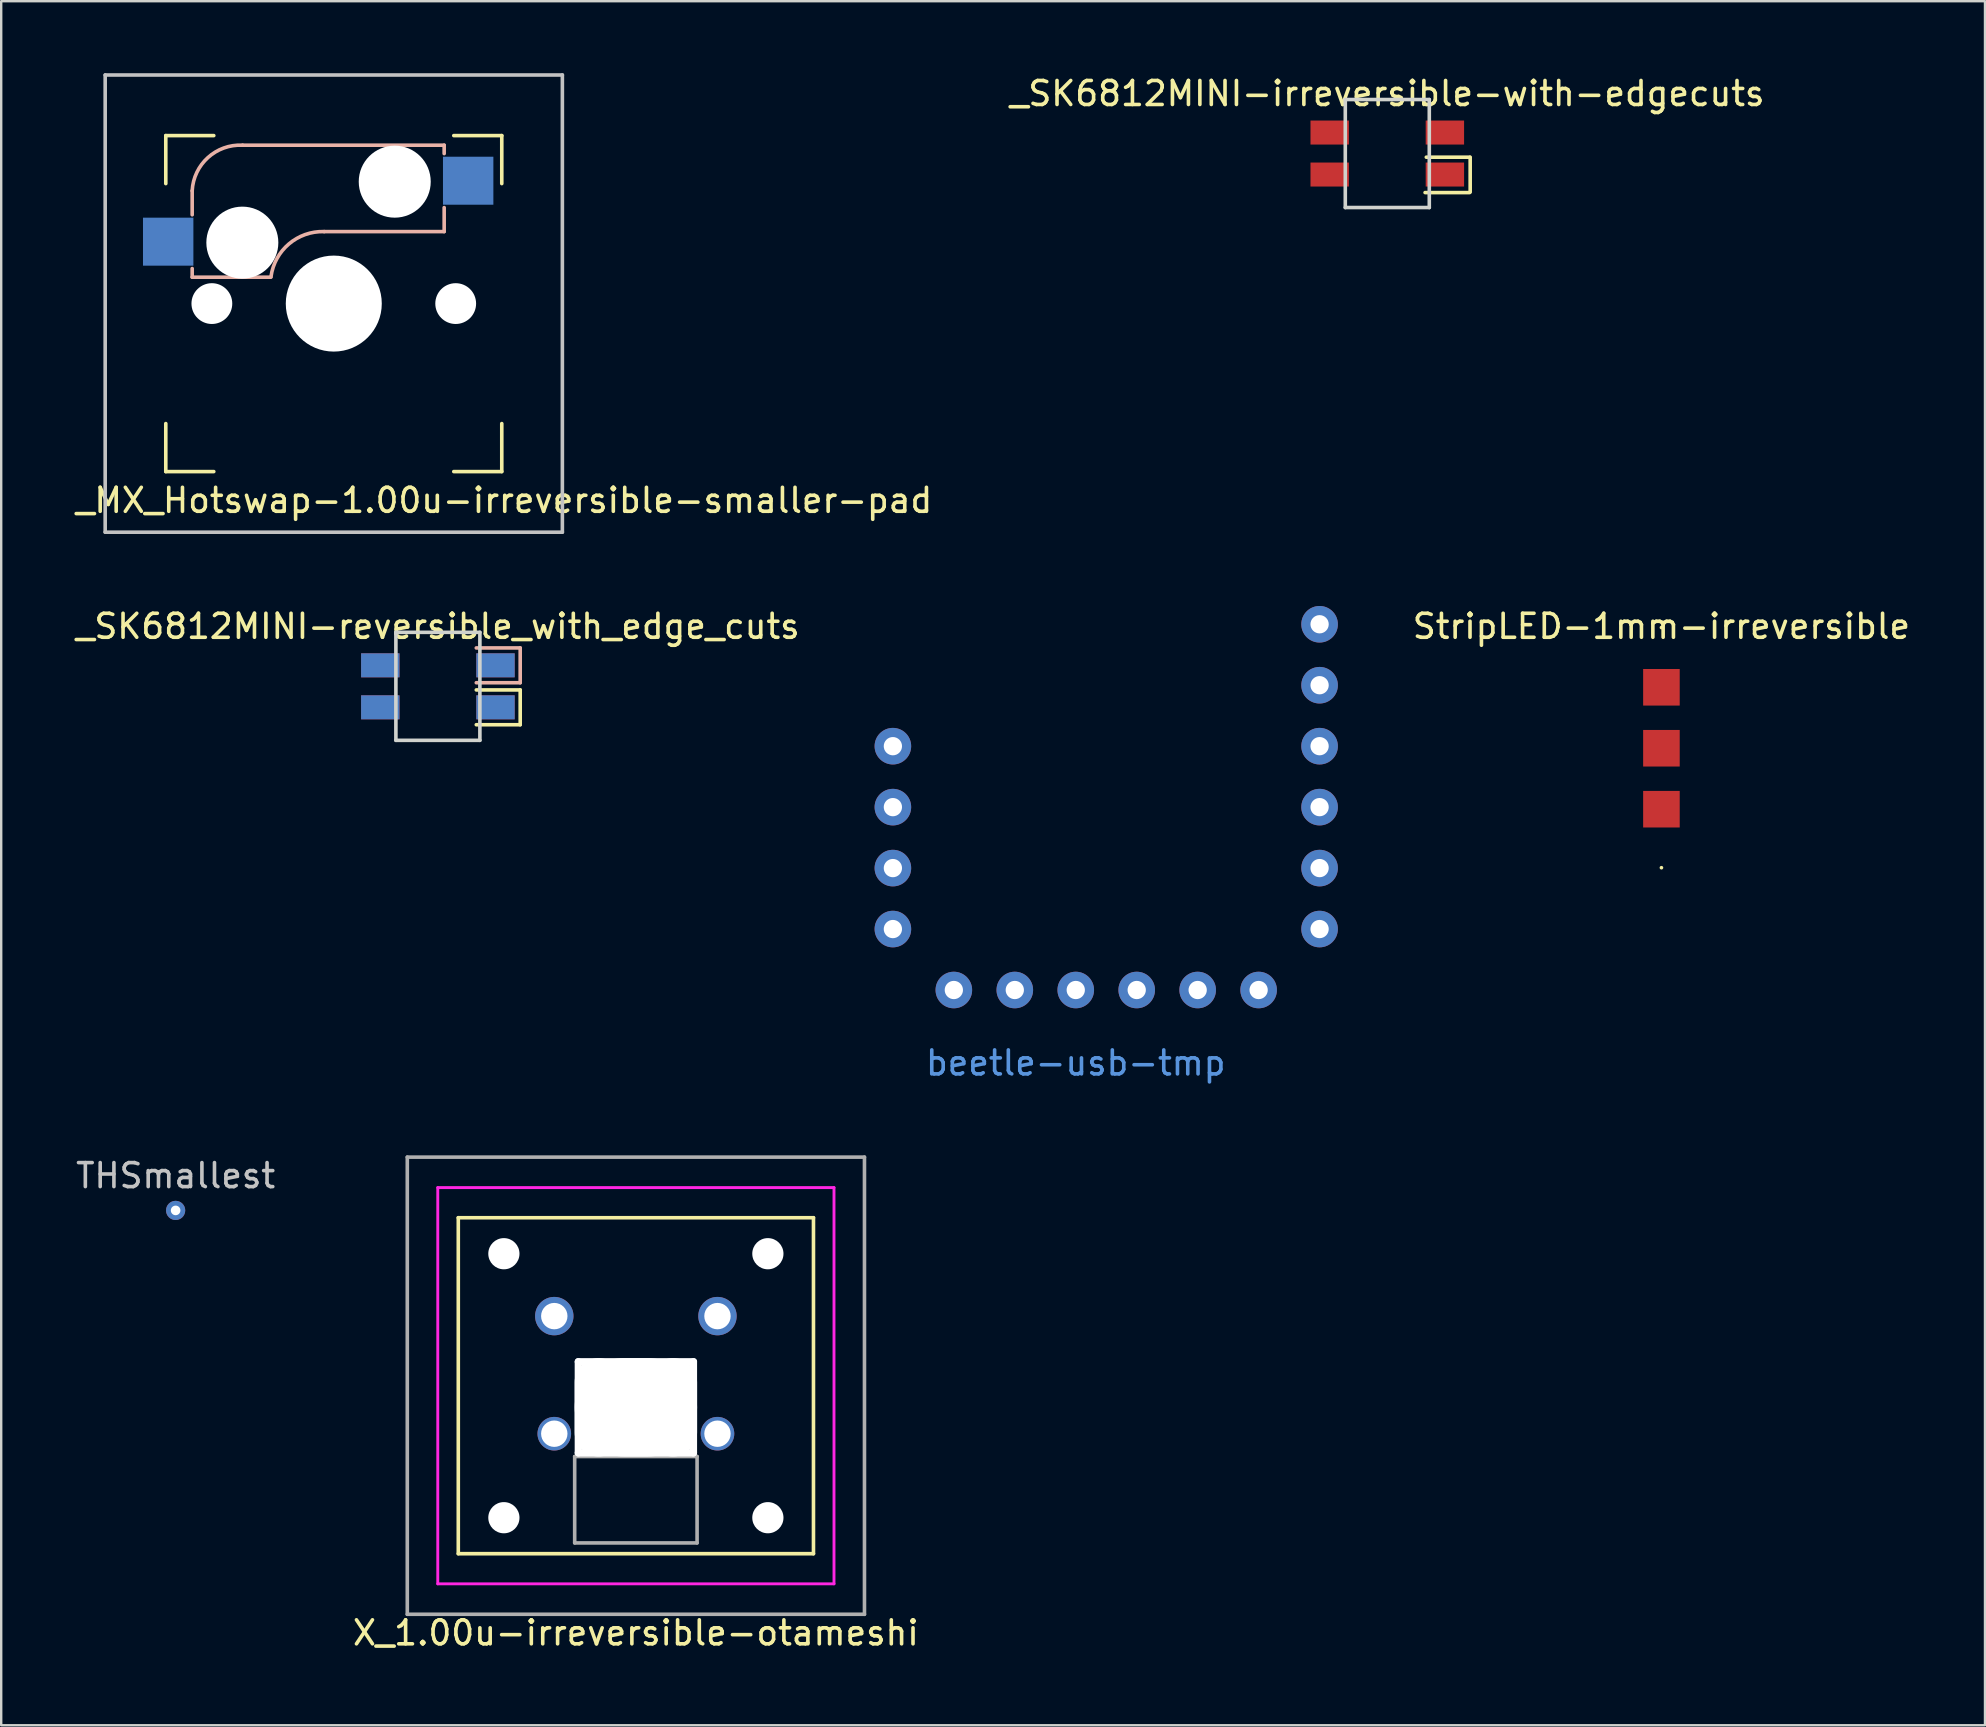
<source format=kicad_pcb>
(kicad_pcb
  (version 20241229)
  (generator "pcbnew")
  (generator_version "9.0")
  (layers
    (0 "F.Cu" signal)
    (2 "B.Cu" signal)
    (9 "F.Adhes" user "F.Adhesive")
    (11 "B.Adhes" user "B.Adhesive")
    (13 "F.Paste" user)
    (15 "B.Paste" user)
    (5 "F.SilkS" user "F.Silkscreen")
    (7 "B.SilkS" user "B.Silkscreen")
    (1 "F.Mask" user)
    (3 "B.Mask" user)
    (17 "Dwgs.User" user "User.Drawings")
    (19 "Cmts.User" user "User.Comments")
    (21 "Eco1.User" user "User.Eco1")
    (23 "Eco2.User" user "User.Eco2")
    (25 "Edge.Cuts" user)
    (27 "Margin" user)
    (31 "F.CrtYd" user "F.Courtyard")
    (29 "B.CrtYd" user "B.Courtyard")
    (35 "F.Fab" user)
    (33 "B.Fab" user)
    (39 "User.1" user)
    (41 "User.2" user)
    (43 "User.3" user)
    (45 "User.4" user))
  (footprint "_SK6812MINI-irreversible-with-edgecuts"
    (layer "F.Cu")
    (at 54.756 3.348)
    (property "Reference" "_SK6812MINI-irreversible-with-edgecuts" (at 0 -2.5 0) (layer "F.SilkS") (effects (font (size 1 1) (thickness 0.15))))
    (attr through_hole)
    (fp_line (start 1.626 0.152) (end 3.43 0.152) (stroke (width 0.15) (type solid)) (layer "F.SilkS"))
    (fp_line (start 3.43 1.626) (end 1.575 1.626) (stroke (width 0.15) (type solid)) (layer "F.SilkS"))
    (fp_line (start 3.454 0.152) (end 3.454 1.602) (stroke (width 0.15) (type solid)) (layer "F.SilkS"))
    (fp_line (start -1.75 -2.25) (end -1.75 2.25) (stroke (width 0.15) (type solid)) (layer "Edge.Cuts"))
    (fp_line (start -1.75 -2.25) (end 1.75 -2.25) (stroke (width 0.15) (type solid)) (layer "Edge.Cuts"))
    (fp_line (start 1.75 -2.25) (end 1.75 2.25) (stroke (width 0.15) (type solid)) (layer "Edge.Cuts"))
    (fp_line (start 1.75 2.25) (end -1.75 2.25) (stroke (width 0.15) (type solid)) (layer "Edge.Cuts"))
    (pad "1" smd rect (at -2.4 0.875) (size 1.6 1) (layers "F.Cu" "F.Mask" "F.Paste"))
    (pad "2" smd rect (at -2.4 -0.875) (size 1.6 1) (layers "F.Cu" "F.Mask" "F.Paste"))
    (pad "3" smd rect (at 2.4 -0.875) (size 1.6 1) (layers "F.Cu" "F.Mask" "F.Paste"))
    (pad "4" smd rect (at 2.4 0.875) (size 1.6 1) (layers "F.Cu" "F.Mask" "F.Paste")))
  (footprint "X_1.00u-irreversible-otameshi"
    (layer "F.Cu")
    (at 23.446 54.69)
    (property "Reference" "X_1.00u-irreversible-otameshi" (at 0 10.3 0) (layer "F.SilkS") (effects (font (size 1 1) (thickness 0.15))))
    (attr through_hole)
    (fp_line (start -7.4 -7) (end 7.4 -7) (stroke (width 0.15) (type solid)) (layer "F.SilkS"))
    (fp_line (start -7.4 7) (end -7.4 -7) (stroke (width 0.15) (type solid)) (layer "F.SilkS"))
    (fp_line (start 7.4 -7) (end 7.4 7) (stroke (width 0.15) (type solid)) (layer "F.SilkS"))
    (fp_line (start 7.4 7) (end -7.4 7) (stroke (width 0.15) (type solid)) (layer "F.SilkS"))
    (fp_line (start -8.255 -8.255) (end 8.255 -8.255) (stroke (width 0.12) (type solid)) (layer "F.CrtYd"))
    (fp_line (start -8.255 8.255) (end -8.255 -8.255) (stroke (width 0.12) (type solid)) (layer "F.CrtYd"))
    (fp_line (start 8.255 -8.255) (end 8.255 8.255) (stroke (width 0.12) (type solid)) (layer "F.CrtYd"))
    (fp_line (start 8.255 8.255) (end -8.255 8.255) (stroke (width 0.12) (type solid)) (layer "F.CrtYd"))
    (fp_line (start -9.525 -9.525) (end 9.525 -9.525) (stroke (width 0.15) (type solid)) (layer "F.Fab"))
    (fp_line (start -9.525 9.525) (end -9.525 -9.525) (stroke (width 0.15) (type solid)) (layer "F.Fab"))
    (fp_line (start -2.55 2.95) (end -2.55 6.55) (stroke (width 0.15) (type solid)) (layer "F.Fab"))
    (fp_line (start -2.55 6.55) (end 2.55 6.55) (stroke (width 0.15) (type solid)) (layer "F.Fab"))
    (fp_line (start 2.55 2.95) (end -2.55 2.95) (stroke (width 0.15) (type solid)) (layer "F.Fab"))
    (fp_line (start 2.55 6.55) (end 2.55 2.95) (stroke (width 0.15) (type solid)) (layer "F.Fab"))
    (fp_line (start 9.525 -9.525) (end 9.525 9.525) (stroke (width 0.15) (type solid)) (layer "F.Fab"))
    (fp_line (start 9.525 9.525) (end -9.525 9.525) (stroke (width 0.15) (type solid)) (layer "F.Fab"))
    (pad "" np_thru_hole circle (at -5.5 -5.5) (size 1.3 1.3) (drill 1.3) (layers "*.Cu" "*.Mask"))
    (pad "" np_thru_hole circle (at -5.5 5.5) (size 1.3 1.3) (drill 1.3) (layers "*.Cu" "*.Mask"))
    (pad "" np_thru_hole oval (at -2.4 0.9) (size 0.3 4.1) (drill oval 0.3 4.1) (layers "*.Cu" "*.Mask"))
    (pad "" np_thru_hole oval (at -1.55 0.9) (size 2 4.1) (drill oval 2 4.1) (layers "*.Cu" "*.Mask"))
    (pad "" np_thru_hole oval (at 0 -1) (size 5.1 0.3) (drill oval 5.1 0.3) (layers "*.Cu" "*.Mask"))
    (pad "" np_thru_hole oval (at 0 0.9) (size 5.1 4.1) (drill oval 5.1 4.1) (layers "*.Cu" "*.Mask"))
    (pad "" np_thru_hole oval (at 0 2.8) (size 5.1 0.3) (drill oval 5.1 0.3) (layers "*.Cu" "*.Mask"))
    (pad "" np_thru_hole oval (at 1.55 0.9) (size 2 4.1) (drill oval 2 4.1) (layers "*.Cu" "*.Mask"))
    (pad "" np_thru_hole oval (at 2.4 0.9) (size 0.3 4.1) (drill oval 0.3 4.1) (layers "*.Cu" "*.Mask"))
    (pad "" np_thru_hole circle (at 5.5 -5.5) (size 1.3 1.3) (drill 1.3) (layers "*.Cu" "*.Mask"))
    (pad "" np_thru_hole circle (at 5.5 5.5) (size 1.3 1.3) (drill 1.3) (layers "*.Cu" "*.Mask"))
    (pad "1" thru_hole circle (at -3.4 -2.9) (size 1.6 1.6) (drill 1.1) (layers "*.Cu" "*.Mask"))
    (pad "1" thru_hole circle (at 3.4 -2.9) (size 1.6 1.6) (drill 1.1) (layers "*.Cu" "*.Mask"))
    (pad "2" thru_hole circle (at -3.4 2) (size 1.4 1.4) (drill 1.1) (layers "*.Cu" "*.Mask"))
    (pad "2" thru_hole circle (at 3.4 2) (size 1.4 1.4) (drill 1.1) (layers "*.Cu" "*.Mask")))
  (footprint "_MX_Hotswap-1.00u-irreversible-smaller-pad"
    (layer "F.Cu")
    (at 10.858 9.6)
    (property "Reference" "_MX_Hotswap-1.00u-irreversible-smaller-pad" (at 7.1 8.2 0) (layer "F.SilkS") (effects (font (size 1 1) (thickness 0.15))))
    (attr through_hole)
    (fp_line (start -7 -7) (end -7 -5) (stroke (width 0.15) (type solid)) (layer "F.SilkS"))
    (fp_line (start -7 -7) (end -5 -7) (stroke (width 0.15) (type solid)) (layer "F.SilkS"))
    (fp_line (start -7 7) (end -7 5) (stroke (width 0.15) (type solid)) (layer "F.SilkS"))
    (fp_line (start -7 7) (end -5 7) (stroke (width 0.15) (type solid)) (layer "F.SilkS"))
    (fp_line (start 5 -7) (end 7 -7) (stroke (width 0.15) (type solid)) (layer "F.SilkS"))
    (fp_line (start 7 -7) (end 7 -5) (stroke (width 0.15) (type solid)) (layer "F.SilkS"))
    (fp_line (start 7 5) (end 7 7) (stroke (width 0.15) (type solid)) (layer "F.SilkS"))
    (fp_line (start 7 7) (end 5 7) (stroke (width 0.15) (type solid)) (layer "F.SilkS"))
    (fp_line (start -5.9 -4.7) (end -5.9 -3.7) (stroke (width 0.15) (type solid)) (layer "B.SilkS"))
    (fp_line (start -5.9 -1.1) (end -5.9 -1.46) (stroke (width 0.15) (type solid)) (layer "B.SilkS"))
    (fp_line (start -5.9 -1.1) (end -2.62 -1.1) (stroke (width 0.15) (type solid)) (layer "B.SilkS"))
    (fp_line (start -0.4 -3) (end 4.6 -3) (stroke (width 0.15) (type solid)) (layer "B.SilkS"))
    (fp_line (start 4.6 -6.6) (end -3.8 -6.6) (stroke (width 0.15) (type solid)) (layer "B.SilkS"))
    (fp_line (start 4.6 -6.25) (end 4.6 -6.6) (stroke (width 0.15) (type solid)) (layer "B.SilkS"))
    (fp_line (start 4.6 -3) (end 4.6 -4) (stroke (width 0.15) (type solid)) (layer "B.SilkS"))
    (fp_arc (start -5.9 -4.699999) (mid -5.243504 -6.084924) (end -3.800001 -6.6) (stroke (width 0.15) (type solid)) (layer "B.SilkS"))
    (fp_arc (start -2.616318 -1.121471) (mid -1.868709 -2.486118) (end -0.4 -3) (stroke (width 0.15) (type solid)) (layer "B.SilkS"))
    (fp_line (start -9.525 -9.525) (end 9.525 -9.525) (stroke (width 0.15) (type solid)) (layer "Dwgs.User"))
    (fp_line (start -9.525 9.525) (end -9.525 -9.525) (stroke (width 0.15) (type solid)) (layer "Dwgs.User"))
    (fp_line (start 9.525 -9.525) (end 9.525 9.525) (stroke (width 0.15) (type solid)) (layer "Dwgs.User"))
    (fp_line (start 9.525 9.525) (end -9.525 9.525) (stroke (width 0.15) (type solid)) (layer "Dwgs.User"))
    (pad "" np_thru_hole circle (at -5.08 0) (size 1.7 1.7) (drill 1.7) (layers "*.Cu" "*.Mask"))
    (pad "" np_thru_hole circle (at -3.81 -2.54 180) (size 3 3) (drill 3) (layers "*.Cu" "*.Mask"))
    (pad "" np_thru_hole circle (at 0 0 90) (size 4 4) (drill 4) (layers "*.Cu" "*.Mask"))
    (pad "" np_thru_hole circle (at 2.54 -5.08 180) (size 3 3) (drill 3) (layers "*.Cu" "*.Mask"))
    (pad "" np_thru_hole circle (at 5.08 0) (size 1.7 1.7) (drill 1.7) (layers "*.Cu" "*.Mask"))
    (pad "1" smd rect (at -6.9 -2.58 180) (size 2.1 2) (layers "B.Cu" "B.Mask" "B.Paste"))
    (pad "2" smd rect (at 5.6 -5.12 180) (size 2.1 2) (layers "B.Cu" "B.Mask" "B.Paste")))
  (footprint "_SK6812MINI-reversible_with_edge_cuts"
    (layer "F.Cu")
    (at 15.196 25.548)
    (property "Reference" "_SK6812MINI-reversible_with_edge_cuts" (at 0 -2.5 0) (layer "F.SilkS") (effects (font (size 1 1) (thickness 0.15))))
    (attr through_hole)
    (fp_line (start 1.6 0.15) (end 3.43 0.15) (stroke (width 0.15) (type solid)) (layer "F.SilkS"))
    (fp_line (start 3.43 0.15) (end 3.43 1.6) (stroke (width 0.15) (type solid)) (layer "F.SilkS"))
    (fp_line (start 3.43 1.6) (end 1.6 1.6) (stroke (width 0.15) (type solid)) (layer "F.SilkS"))
    (fp_line (start 1.6 -1.6) (end 3.43 -1.6) (stroke (width 0.15) (type solid)) (layer "B.SilkS"))
    (fp_line (start 3.43 -1.6) (end 3.43 -0.15) (stroke (width 0.15) (type solid)) (layer "B.SilkS"))
    (fp_line (start 3.43 -0.15) (end 1.6 -0.15) (stroke (width 0.15) (type solid)) (layer "B.SilkS"))
    (fp_line (start -1.75 -2.25) (end -1.75 2.25) (stroke (width 0.15) (type solid)) (layer "Edge.Cuts"))
    (fp_line (start -1.75 -2.25) (end 1.75 -2.25) (stroke (width 0.15) (type solid)) (layer "Edge.Cuts"))
    (fp_line (start 1.75 -2.25) (end 1.75 2.25) (stroke (width 0.15) (type solid)) (layer "Edge.Cuts"))
    (fp_line (start 1.75 2.25) (end -1.75 2.25) (stroke (width 0.15) (type solid)) (layer "Edge.Cuts"))
    (pad "1" smd rect (at -2.4 -0.875) (size 1.6 1) (layers "B.Cu" "B.Mask" "B.Paste"))
    (pad "1" smd rect (at -2.4 0.875) (size 1.6 1) (layers "F.Cu" "F.Mask" "F.Paste"))
    (pad "2" smd rect (at -2.4 -0.875) (size 1.6 1) (layers "F.Cu" "F.Mask" "F.Paste"))
    (pad "2" smd rect (at -2.4 0.875) (size 1.6 1) (layers "B.Cu" "B.Mask" "B.Paste"))
    (pad "3" smd rect (at 2.4 -0.875) (size 1.6 1) (layers "F.Cu" "F.Mask" "F.Paste"))
    (pad "3" smd rect (at 2.4 0.875) (size 1.6 1) (layers "B.Cu" "B.Mask" "B.Paste"))
    (pad "4" smd rect (at 2.4 -0.875) (size 1.6 1) (layers "B.Cu" "B.Mask" "B.Paste"))
    (pad "4" smd rect (at 2.4 0.875) (size 1.6 1) (layers "F.Cu" "F.Mask" "F.Paste")))
  (footprint "THSmallest"
    (layer "F.Cu")
    (at 4.268 47.386)
    (property "Reference" "THSmallest" (at 0 -1.448 0) (layer "Dwgs.User") (effects (font (size 1 1) (thickness 0.15))))
    (attr exclude_from_pos_files exclude_from_bom)
    (pad "1" thru_hole circle (at 0 0) (size 0.8 0.8) (drill 0.4) (layers "*.Cu" "*.Mask")))
  (footprint "StripLED-1mm-irreversible"
    (layer "F.Cu")
    (at 66.179 25.588)
    (property "Reference" "StripLED-1mm-irreversible" (at 0 -2.54 0) (layer "F.SilkS") (effects (font (size 1 1) (thickness 0.15))))
    (attr through_hole)
    (fp_line (start -0.001 -2.489) (end 0.001 -2.489) (stroke (width 0.15) (type solid)) (layer "F.SilkS"))
    (fp_line (start 0.001 7.518) (end -0.001 7.518) (stroke (width 0.15) (type solid)) (layer "F.SilkS"))
    (pad "1" smd rect (at 0 0) (size 1.524 1.524) (layers "F.Cu" "F.Mask" "F.Paste"))
    (pad "2" smd rect (at 0 2.54) (size 1.524 1.524) (layers "F.Cu" "F.Mask" "F.Paste"))
    (pad "3" smd rect (at 0 5.08) (size 1.524 1.524) (layers "F.Cu" "F.Mask" "F.Paste")))
  (footprint "beetle-usb-tmp"
    (layer "F.Cu")
    (at 41.775 40.742)
    (property "Reference" "beetle-usb-tmp" (at 0 0.5 0) (layer "Cmts.User") (effects (font (size 1 1) (thickness 0.15))))
    (attr through_hole)
    (pad "1" thru_hole circle (at 0 -2.54) (size 1.524 1.524) (drill 0.762) (layers "*.Cu" "*.Mask"))
    (pad "2" thru_hole circle (at -2.54 -2.54) (size 1.524 1.524) (drill 0.762) (layers "*.Cu" "*.Mask"))
    (pad "3" thru_hole circle (at -5.08 -2.54) (size 1.524 1.524) (drill 0.762) (layers "*.Cu" "*.Mask"))
    (pad "4" thru_hole circle (at 2.54 -2.54) (size 1.524 1.524) (drill 0.762) (layers "*.Cu" "*.Mask"))
    (pad "5" thru_hole circle (at 5.08 -2.54) (size 1.524 1.524) (drill 0.762) (layers "*.Cu" "*.Mask"))
    (pad "6" thru_hole circle (at 7.62 -2.54) (size 1.524 1.524) (drill 0.762) (layers "*.Cu" "*.Mask"))
    (pad "7" thru_hole circle (at 10.16 -5.08) (size 1.524 1.524) (drill 0.762) (layers "*.Cu" "*.Mask"))
    (pad "8" thru_hole circle (at 10.16 -7.62) (size 1.524 1.524) (drill 0.762) (layers "*.Cu" "*.Mask"))
    (pad "9" thru_hole circle (at 10.16 -10.16) (size 1.524 1.524) (drill 0.762) (layers "*.Cu" "*.Mask"))
    (pad "10" thru_hole circle (at 10.16 -12.7) (size 1.524 1.524) (drill 0.762) (layers "*.Cu" "*.Mask"))
    (pad "11" thru_hole circle (at 10.16 -15.24) (size 1.524 1.524) (drill 0.762) (layers "*.Cu" "*.Mask"))
    (pad "12" thru_hole circle (at 10.16 -17.78) (size 1.524 1.524) (drill 0.762) (layers "*.Cu" "*.Mask"))
    (pad "13" thru_hole circle (at -7.62 -7.62) (size 1.524 1.524) (drill 0.762) (layers "*.Cu" "*.Mask"))
    (pad "14" thru_hole circle (at -7.62 -10.16) (size 1.524 1.524) (drill 0.762) (layers "*.Cu" "*.Mask"))
    (pad "15" thru_hole circle (at -7.62 -12.7) (size 1.524 1.524) (drill 0.762) (layers "*.Cu" "*.Mask"))
    (pad "16" thru_hole circle (at -7.62 -5.08) (size 1.524 1.524) (drill 0.762) (layers "*.Cu" "*.Mask")))
  (gr_rect
    (start -3 -3)
    (end 79.661 68.838)
    (stroke (width 0.1) (type default))
    (fill no)
    (layer "Edge.Cuts")))
</source>
